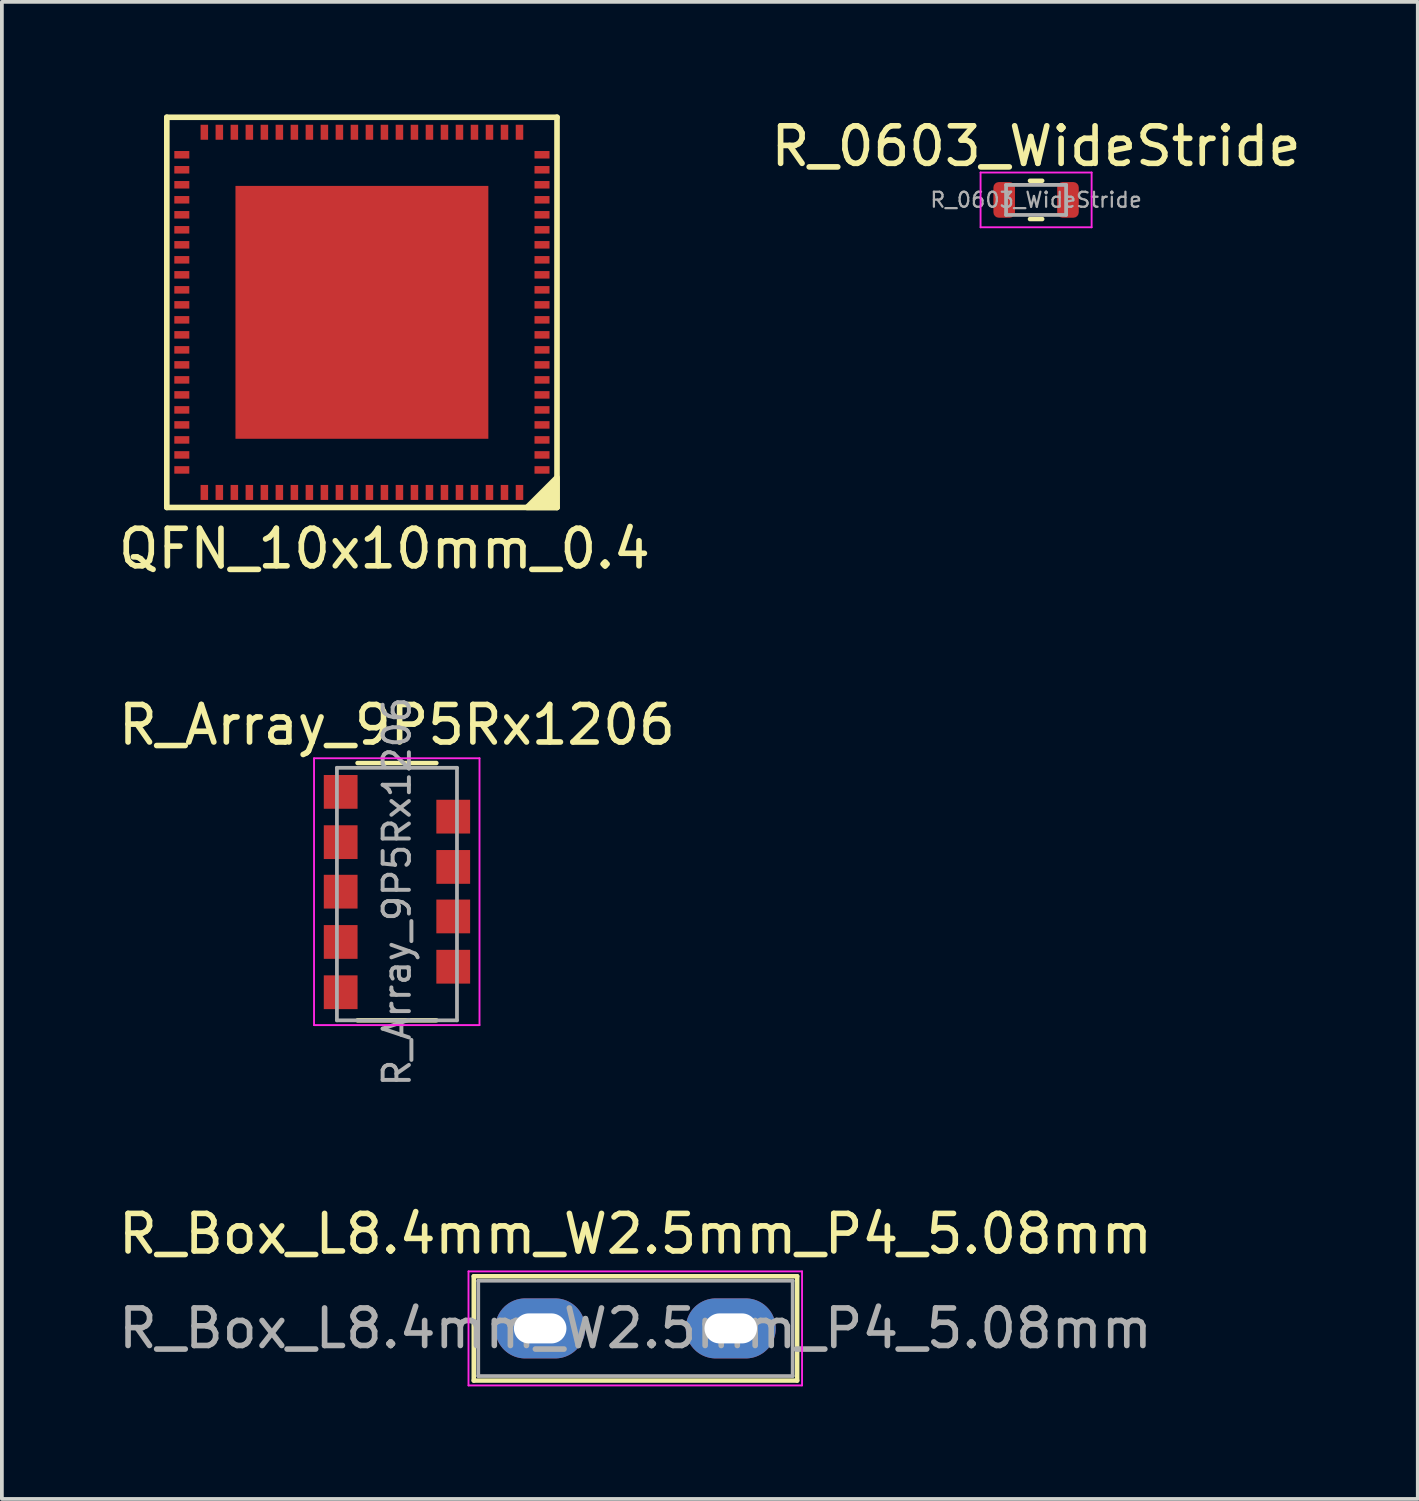
<source format=kicad_pcb>
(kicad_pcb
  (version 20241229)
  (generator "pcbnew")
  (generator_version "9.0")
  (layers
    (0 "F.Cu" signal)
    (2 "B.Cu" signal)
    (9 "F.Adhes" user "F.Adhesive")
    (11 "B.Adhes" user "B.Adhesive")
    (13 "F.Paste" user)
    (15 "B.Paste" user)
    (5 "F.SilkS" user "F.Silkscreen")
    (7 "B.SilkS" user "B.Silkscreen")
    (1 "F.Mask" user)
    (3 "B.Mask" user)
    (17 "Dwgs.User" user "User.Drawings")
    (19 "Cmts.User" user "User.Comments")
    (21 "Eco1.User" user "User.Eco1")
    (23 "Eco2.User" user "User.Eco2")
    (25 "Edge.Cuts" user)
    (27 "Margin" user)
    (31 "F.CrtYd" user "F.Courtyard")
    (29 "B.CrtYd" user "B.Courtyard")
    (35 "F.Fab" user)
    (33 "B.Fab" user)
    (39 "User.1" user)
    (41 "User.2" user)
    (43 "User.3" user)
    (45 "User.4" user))
  (footprint "R_Box_L8.4mm_W2.5mm_P4_5.08mm"
    (layer "F.Cu")
    (at 11.347 32.356)
    (property "Reference" "R_Box_L8.4mm_W2.5mm_P4_5.08mm" (at 2.54 -2.52 180) (layer "F.SilkS") (effects (font (size 1 1) (thickness 0.15))))
    (attr through_hole)
    (fp_line (start -1.77 -1.39) (end -1.77 1.39) (stroke (width 0.12) (type solid)) (layer "F.SilkS"))
    (fp_line (start -1.77 -1.39) (end 6.85 -1.39) (stroke (width 0.12) (type solid)) (layer "F.SilkS"))
    (fp_line (start -1.77 1.39) (end 6.85 1.39) (stroke (width 0.12) (type solid)) (layer "F.SilkS"))
    (fp_line (start 6.85 -1.39) (end 6.85 1.39) (stroke (width 0.12) (type solid)) (layer "F.SilkS"))
    (fp_line (start -1.91 -1.52) (end -1.91 1.52) (stroke (width 0.05) (type solid)) (layer "F.CrtYd"))
    (fp_line (start -1.91 1.52) (end 6.98 1.52) (stroke (width 0.05) (type solid)) (layer "F.CrtYd"))
    (fp_line (start 6.98 -1.52) (end -1.91 -1.52) (stroke (width 0.05) (type solid)) (layer "F.CrtYd"))
    (fp_line (start 6.98 1.52) (end 6.98 -1.52) (stroke (width 0.05) (type solid)) (layer "F.CrtYd"))
    (fp_line (start -1.65 -1.27) (end -1.65 1.27) (stroke (width 0.1) (type solid)) (layer "F.Fab"))
    (fp_line (start -1.65 1.27) (end 6.73 1.27) (stroke (width 0.1) (type solid)) (layer "F.Fab"))
    (fp_line (start 6.73 -1.27) (end -1.65 -1.27) (stroke (width 0.1) (type solid)) (layer "F.Fab"))
    (fp_line (start 6.73 1.27) (end 6.73 -1.27) (stroke (width 0.1) (type solid)) (layer "F.Fab"))
    (fp_text user "${REFERENCE}" (at 2.54 0 180) (layer "F.Fab") (effects (font (size 1 1) (thickness 0.15))))
    (pad "1" thru_hole oval (at 0 0) (size 2.4 1.6) (drill oval 1.4 0.8) (layers "*.Cu" "*.Mask"))
    (pad "2" thru_hole oval (at 5.08 0) (size 2.4 1.6) (drill oval 1.4 0.8) (layers "*.Cu" "*.Mask")))
  (footprint "R_0603_WideStride"
    (layer "F.Cu")
    (at 24.565 2.278)
    (property "Reference" "R_0603_WideStride" (at 0 -1.43 0) (layer "F.SilkS") (effects (font (size 1 1) (thickness 0.15))))
    (attr smd)
    (fp_line (start -0.163 -0.51) (end 0.163 -0.51) (stroke (width 0.12) (type solid)) (layer "F.SilkS"))
    (fp_line (start -0.163 0.51) (end 0.163 0.51) (stroke (width 0.12) (type solid)) (layer "F.SilkS"))
    (fp_line (start -1.48 -0.73) (end 1.48 -0.73) (stroke (width 0.05) (type solid)) (layer "F.CrtYd"))
    (fp_line (start -1.48 0.73) (end -1.48 -0.73) (stroke (width 0.05) (type solid)) (layer "F.CrtYd"))
    (fp_line (start 1.48 -0.73) (end 1.48 0.73) (stroke (width 0.05) (type solid)) (layer "F.CrtYd"))
    (fp_line (start 1.48 0.73) (end -1.48 0.73) (stroke (width 0.05) (type solid)) (layer "F.CrtYd"))
    (fp_line (start -0.8 -0.4) (end 0.8 -0.4) (stroke (width 0.1) (type solid)) (layer "F.Fab"))
    (fp_line (start -0.8 0.4) (end -0.8 -0.4) (stroke (width 0.1) (type solid)) (layer "F.Fab"))
    (fp_line (start 0.8 -0.4) (end 0.8 0.4) (stroke (width 0.1) (type solid)) (layer "F.Fab"))
    (fp_line (start 0.8 0.4) (end -0.8 0.4) (stroke (width 0.1) (type solid)) (layer "F.Fab"))
    (fp_text user "${REFERENCE}" (at 0 0 0) (layer "F.Fab") (effects (font (size 0.4 0.4) (thickness 0.06))))
    (pad "1" smd roundrect (at -0.85 0) (size 0.575 0.95) (layers "F.Cu" "F.Mask" "F.Paste") (roundrect_rratio 0.25))
    (pad "2" smd roundrect (at 0.85 0) (size 0.575 0.95) (layers "F.Cu" "F.Mask" "F.Paste") (roundrect_rratio 0.25)))
  (footprint "QFN_10x10mm_0.4"
    (layer "F.Cu")
    (at 6.596 5.275)
    (property "Reference" "QFN_10x10mm_0.4" (at 0.6 6.3 0) (layer "F.SilkS") (effects (font (size 1 1) (thickness 0.15))))
    (attr through_hole)
    (fp_line (start -5.2 -5.2) (end 5.2 -5.2) (stroke (width 0.15) (type solid)) (layer "F.SilkS"))
    (fp_line (start -5.2 5.2) (end -5.2 -5.2) (stroke (width 0.15) (type solid)) (layer "F.SilkS"))
    (fp_line (start 5.2 -5.2) (end 5.2 5.2) (stroke (width 0.15) (type solid)) (layer "F.SilkS"))
    (fp_line (start 5.2 5.2) (end -5.2 5.2) (stroke (width 0.15) (type solid)) (layer "F.SilkS"))
    (fp_poly (pts (xy 5.2 4.4) (xy 4.4 5.2) (xy 5.2 5.2)) (stroke (width 0.15) (type solid)) (fill yes) (layer "F.SilkS"))
    (pad "1" smd rect (at 4.8 4.2) (size 0.4 0.2) (layers "F.Cu" "F.Mask" "F.Paste"))
    (pad "2" smd rect (at 4.8 3.8) (size 0.4 0.2) (layers "F.Cu" "F.Mask" "F.Paste"))
    (pad "3" smd rect (at 4.8 3.4) (size 0.4 0.2) (layers "F.Cu" "F.Mask" "F.Paste"))
    (pad "4" smd rect (at 4.8 3) (size 0.4 0.2) (layers "F.Cu" "F.Mask" "F.Paste"))
    (pad "5" smd rect (at 4.8 2.6) (size 0.4 0.2) (layers "F.Cu" "F.Mask" "F.Paste"))
    (pad "6" smd rect (at 4.8 2.2) (size 0.4 0.2) (layers "F.Cu" "F.Mask" "F.Paste"))
    (pad "7" smd rect (at 4.8 1.8) (size 0.4 0.2) (layers "F.Cu" "F.Mask" "F.Paste"))
    (pad "8" smd rect (at 4.8 1.4) (size 0.4 0.2) (layers "F.Cu" "F.Mask" "F.Paste"))
    (pad "9" smd rect (at 4.8 1) (size 0.4 0.2) (layers "F.Cu" "F.Mask" "F.Paste"))
    (pad "10" smd rect (at 4.8 0.6) (size 0.4 0.2) (layers "F.Cu" "F.Mask" "F.Paste"))
    (pad "11" smd rect (at 4.8 0.2) (size 0.4 0.2) (layers "F.Cu" "F.Mask" "F.Paste"))
    (pad "12" smd rect (at 4.8 -0.2) (size 0.4 0.2) (layers "F.Cu" "F.Mask" "F.Paste"))
    (pad "13" smd rect (at 4.8 -0.6) (size 0.4 0.2) (layers "F.Cu" "F.Mask" "F.Paste"))
    (pad "14" smd rect (at 4.8 -1) (size 0.4 0.2) (layers "F.Cu" "F.Mask" "F.Paste"))
    (pad "15" smd rect (at 4.8 -1.4) (size 0.4 0.2) (layers "F.Cu" "F.Mask" "F.Paste"))
    (pad "16" smd rect (at 4.8 -1.8) (size 0.4 0.2) (layers "F.Cu" "F.Mask" "F.Paste"))
    (pad "17" smd rect (at 4.8 -2.2) (size 0.4 0.2) (layers "F.Cu" "F.Mask" "F.Paste"))
    (pad "18" smd rect (at 4.8 -2.6) (size 0.4 0.2) (layers "F.Cu" "F.Mask" "F.Paste"))
    (pad "19" smd rect (at 4.8 -3) (size 0.4 0.2) (layers "F.Cu" "F.Mask" "F.Paste"))
    (pad "20" smd rect (at 4.8 -3.4) (size 0.4 0.2) (layers "F.Cu" "F.Mask" "F.Paste"))
    (pad "21" smd rect (at 4.8 -3.8) (size 0.4 0.2) (layers "F.Cu" "F.Mask" "F.Paste"))
    (pad "22" smd rect (at 4.8 -4.2) (size 0.4 0.2) (layers "F.Cu" "F.Mask" "F.Paste"))
    (pad "23" smd rect (at 4.2 -4.8) (size 0.2 0.4) (layers "F.Cu" "F.Mask" "F.Paste"))
    (pad "24" smd rect (at 3.8 -4.8) (size 0.2 0.4) (layers "F.Cu" "F.Mask" "F.Paste"))
    (pad "25" smd rect (at 3.4 -4.8) (size 0.2 0.4) (layers "F.Cu" "F.Mask" "F.Paste"))
    (pad "26" smd rect (at 3 -4.8) (size 0.2 0.4) (layers "F.Cu" "F.Mask" "F.Paste"))
    (pad "27" smd rect (at 2.6 -4.8) (size 0.2 0.4) (layers "F.Cu" "F.Mask" "F.Paste"))
    (pad "28" smd rect (at 2.2 -4.8) (size 0.2 0.4) (layers "F.Cu" "F.Mask" "F.Paste"))
    (pad "29" smd rect (at 1.8 -4.8) (size 0.2 0.4) (layers "F.Cu" "F.Mask" "F.Paste"))
    (pad "30" smd rect (at 1.4 -4.8) (size 0.2 0.4) (layers "F.Cu" "F.Mask" "F.Paste"))
    (pad "31" smd rect (at 1 -4.8) (size 0.2 0.4) (layers "F.Cu" "F.Mask" "F.Paste"))
    (pad "32" smd rect (at 0.6 -4.8) (size 0.2 0.4) (layers "F.Cu" "F.Mask" "F.Paste"))
    (pad "33" smd rect (at 0.2 -4.8) (size 0.2 0.4) (layers "F.Cu" "F.Mask" "F.Paste"))
    (pad "34" smd rect (at -0.2 -4.8) (size 0.2 0.4) (layers "F.Cu" "F.Mask" "F.Paste"))
    (pad "35" smd rect (at -0.6 -4.8) (size 0.2 0.4) (layers "F.Cu" "F.Mask" "F.Paste"))
    (pad "36" smd rect (at -1 -4.8) (size 0.2 0.4) (layers "F.Cu" "F.Mask" "F.Paste"))
    (pad "37" smd rect (at -1.4 -4.8) (size 0.2 0.4) (layers "F.Cu" "F.Mask" "F.Paste"))
    (pad "38" smd rect (at -1.8 -4.8) (size 0.2 0.4) (layers "F.Cu" "F.Mask" "F.Paste"))
    (pad "39" smd rect (at -2.2 -4.8) (size 0.2 0.4) (layers "F.Cu" "F.Mask" "F.Paste"))
    (pad "40" smd rect (at -2.6 -4.8) (size 0.2 0.4) (layers "F.Cu" "F.Mask" "F.Paste"))
    (pad "41" smd rect (at -3 -4.8) (size 0.2 0.4) (layers "F.Cu" "F.Mask" "F.Paste"))
    (pad "42" smd rect (at -3.4 -4.8) (size 0.2 0.4) (layers "F.Cu" "F.Mask" "F.Paste"))
    (pad "43" smd rect (at -3.8 -4.8) (size 0.2 0.4) (layers "F.Cu" "F.Mask" "F.Paste"))
    (pad "44" smd rect (at -4.2 -4.8) (size 0.2 0.4) (layers "F.Cu" "F.Mask" "F.Paste"))
    (pad "45" smd rect (at -4.8 -4.2) (size 0.4 0.2) (layers "F.Cu" "F.Mask" "F.Paste"))
    (pad "46" smd rect (at -4.8 -3.8) (size 0.4 0.2) (layers "F.Cu" "F.Mask" "F.Paste"))
    (pad "47" smd rect (at -4.8 -3.4) (size 0.4 0.2) (layers "F.Cu" "F.Mask" "F.Paste"))
    (pad "48" smd rect (at -4.8 -3) (size 0.4 0.2) (layers "F.Cu" "F.Mask" "F.Paste"))
    (pad "49" smd rect (at -4.8 -2.6) (size 0.4 0.2) (layers "F.Cu" "F.Mask" "F.Paste"))
    (pad "50" smd rect (at -4.8 -2.2) (size 0.4 0.2) (layers "F.Cu" "F.Mask" "F.Paste"))
    (pad "51" smd rect (at -4.8 -1.8) (size 0.4 0.2) (layers "F.Cu" "F.Mask" "F.Paste"))
    (pad "52" smd rect (at -4.8 -1.4) (size 0.4 0.2) (layers "F.Cu" "F.Mask" "F.Paste"))
    (pad "53" smd rect (at -4.8 -1) (size 0.4 0.2) (layers "F.Cu" "F.Mask" "F.Paste"))
    (pad "54" smd rect (at -4.8 -0.6) (size 0.4 0.2) (layers "F.Cu" "F.Mask" "F.Paste"))
    (pad "55" smd rect (at -4.8 -0.2) (size 0.4 0.2) (layers "F.Cu" "F.Mask" "F.Paste"))
    (pad "56" smd rect (at -4.8 0.2) (size 0.4 0.2) (layers "F.Cu" "F.Mask" "F.Paste"))
    (pad "57" smd rect (at -4.8 0.6) (size 0.4 0.2) (layers "F.Cu" "F.Mask" "F.Paste"))
    (pad "58" smd rect (at -4.8 1) (size 0.4 0.2) (layers "F.Cu" "F.Mask" "F.Paste"))
    (pad "59" smd rect (at -4.8 1.4) (size 0.4 0.2) (layers "F.Cu" "F.Mask" "F.Paste"))
    (pad "60" smd rect (at -4.8 1.8) (size 0.4 0.2) (layers "F.Cu" "F.Mask" "F.Paste"))
    (pad "61" smd rect (at -4.8 2.2) (size 0.4 0.2) (layers "F.Cu" "F.Mask" "F.Paste"))
    (pad "62" smd rect (at -4.8 2.6) (size 0.4 0.2) (layers "F.Cu" "F.Mask" "F.Paste"))
    (pad "63" smd rect (at -4.8 3) (size 0.4 0.2) (layers "F.Cu" "F.Mask" "F.Paste"))
    (pad "64" smd rect (at -4.8 3.4) (size 0.4 0.2) (layers "F.Cu" "F.Mask" "F.Paste"))
    (pad "65" smd rect (at -4.8 3.8) (size 0.4 0.2) (layers "F.Cu" "F.Mask" "F.Paste"))
    (pad "66" smd rect (at -4.8 4.2) (size 0.4 0.2) (layers "F.Cu" "F.Mask" "F.Paste"))
    (pad "67" smd rect (at -4.2 4.8) (size 0.2 0.4) (layers "F.Cu" "F.Mask" "F.Paste"))
    (pad "68" smd rect (at -3.8 4.8) (size 0.2 0.4) (layers "F.Cu" "F.Mask" "F.Paste"))
    (pad "69" smd rect (at -3.4 4.8) (size 0.2 0.4) (layers "F.Cu" "F.Mask" "F.Paste"))
    (pad "70" smd rect (at -3 4.8) (size 0.2 0.4) (layers "F.Cu" "F.Mask" "F.Paste"))
    (pad "71" smd rect (at -2.6 4.8) (size 0.2 0.4) (layers "F.Cu" "F.Mask" "F.Paste"))
    (pad "72" smd rect (at -2.2 4.8) (size 0.2 0.4) (layers "F.Cu" "F.Mask" "F.Paste"))
    (pad "73" smd rect (at -1.8 4.8) (size 0.2 0.4) (layers "F.Cu" "F.Mask" "F.Paste"))
    (pad "74" smd rect (at -1.4 4.8) (size 0.2 0.4) (layers "F.Cu" "F.Mask" "F.Paste"))
    (pad "75" smd rect (at -1 4.8) (size 0.2 0.4) (layers "F.Cu" "F.Mask" "F.Paste"))
    (pad "76" smd rect (at -0.6 4.8) (size 0.2 0.4) (layers "F.Cu" "F.Mask" "F.Paste"))
    (pad "77" smd rect (at -0.2 4.8) (size 0.2 0.4) (layers "F.Cu" "F.Mask" "F.Paste"))
    (pad "78" smd rect (at 0.2 4.8) (size 0.2 0.4) (layers "F.Cu" "F.Mask" "F.Paste"))
    (pad "79" smd rect (at 0.6 4.8) (size 0.2 0.4) (layers "F.Cu" "F.Mask" "F.Paste"))
    (pad "80" smd rect (at 1 4.8) (size 0.2 0.4) (layers "F.Cu" "F.Mask" "F.Paste"))
    (pad "81" smd rect (at 1.4 4.8) (size 0.2 0.4) (layers "F.Cu" "F.Mask" "F.Paste"))
    (pad "82" smd rect (at 1.8 4.8) (size 0.2 0.4) (layers "F.Cu" "F.Mask" "F.Paste"))
    (pad "83" smd rect (at 2.2 4.8) (size 0.2 0.4) (layers "F.Cu" "F.Mask" "F.Paste"))
    (pad "84" smd rect (at 2.6 4.8) (size 0.2 0.4) (layers "F.Cu" "F.Mask" "F.Paste"))
    (pad "85" smd rect (at 3 4.8) (size 0.2 0.4) (layers "F.Cu" "F.Mask" "F.Paste"))
    (pad "86" smd rect (at 3.4 4.8) (size 0.2 0.4) (layers "F.Cu" "F.Mask" "F.Paste"))
    (pad "87" smd rect (at 3.8 4.8) (size 0.2 0.4) (layers "F.Cu" "F.Mask" "F.Paste"))
    (pad "88" smd rect (at 4.2 4.8) (size 0.2 0.4) (layers "F.Cu" "F.Mask" "F.Paste"))
    (pad "89" smd rect (at 0 0) (size 6.74 6.74) (layers "F.Cu" "F.Mask" "F.Paste")))
  (footprint "R_Array_9P5Rx1206"
    (layer "F.Cu")
    (at 7.53 20.716)
    (property "Reference" "R_Array_9P5Rx1206" (at 0 -4.445 0) (layer "F.SilkS") (effects (font (size 1 1) (thickness 0.15))))
    (attr smd)
    (fp_line (start 1.05 -3.429) (end -1.05 -3.429) (stroke (width 0.12) (type solid)) (layer "F.SilkS"))
    (fp_line (start 1.05 3.429) (end -1.05 3.429) (stroke (width 0.12) (type solid)) (layer "F.SilkS"))
    (fp_line (start -2.21 -3.556) (end -2.21 3.556) (stroke (width 0.05) (type solid)) (layer "F.CrtYd"))
    (fp_line (start -2.21 -3.556) (end 2.2 -3.556) (stroke (width 0.05) (type solid)) (layer "F.CrtYd"))
    (fp_line (start 2.2 3.556) (end -2.21 3.556) (stroke (width 0.05) (type solid)) (layer "F.CrtYd"))
    (fp_line (start 2.2 3.556) (end 2.2 -3.556) (stroke (width 0.05) (type solid)) (layer "F.CrtYd"))
    (fp_line (start -1.6 -3.302) (end -1.6 3.429) (stroke (width 0.1) (type solid)) (layer "F.Fab"))
    (fp_line (start -1.6 3.429) (end 1.6 3.429) (stroke (width 0.1) (type solid)) (layer "F.Fab"))
    (fp_line (start 1.6 -3.302) (end -1.6 -3.302) (stroke (width 0.1) (type solid)) (layer "F.Fab"))
    (fp_line (start 1.6 3.429) (end 1.6 -3.302) (stroke (width 0.1) (type solid)) (layer "F.Fab"))
    (fp_text user "${REFERENCE}" (at 0 0 90) (layer "F.Fab") (effects (font (size 0.7 0.7) (thickness 0.105))))
    (pad "1" smd rect (at -1.5 -2.66) (size 0.9 0.9) (layers "F.Cu" "F.Mask" "F.Paste"))
    (pad "2" smd rect (at -1.5 -1.32) (size 0.9 0.9) (layers "F.Cu" "F.Mask" "F.Paste"))
    (pad "3" smd rect (at -1.5 0) (size 0.9 0.9) (layers "F.Cu" "F.Mask" "F.Paste"))
    (pad "4" smd rect (at -1.5 1.34) (size 0.9 0.9) (layers "F.Cu" "F.Mask" "F.Paste"))
    (pad "5" smd rect (at -1.5 2.68) (size 0.9 0.9) (layers "F.Cu" "F.Mask" "F.Paste"))
    (pad "6" smd rect (at 1.5 2) (size 0.9 0.9) (layers "F.Cu" "F.Mask" "F.Paste"))
    (pad "7" smd rect (at 1.5 0.66) (size 0.9 0.9) (layers "F.Cu" "F.Mask" "F.Paste"))
    (pad "8" smd rect (at 1.5 -0.66) (size 0.9 0.9) (layers "F.Cu" "F.Mask" "F.Paste"))
    (pad "9" smd rect (at 1.5 -2) (size 0.9 0.9) (layers "F.Cu" "F.Mask" "F.Paste")))
  (gr_rect
    (start -3 -3)
    (end 34.738 36.901)
    (stroke (width 0.1) (type default))
    (fill no)
    (layer "Edge.Cuts")))
</source>
